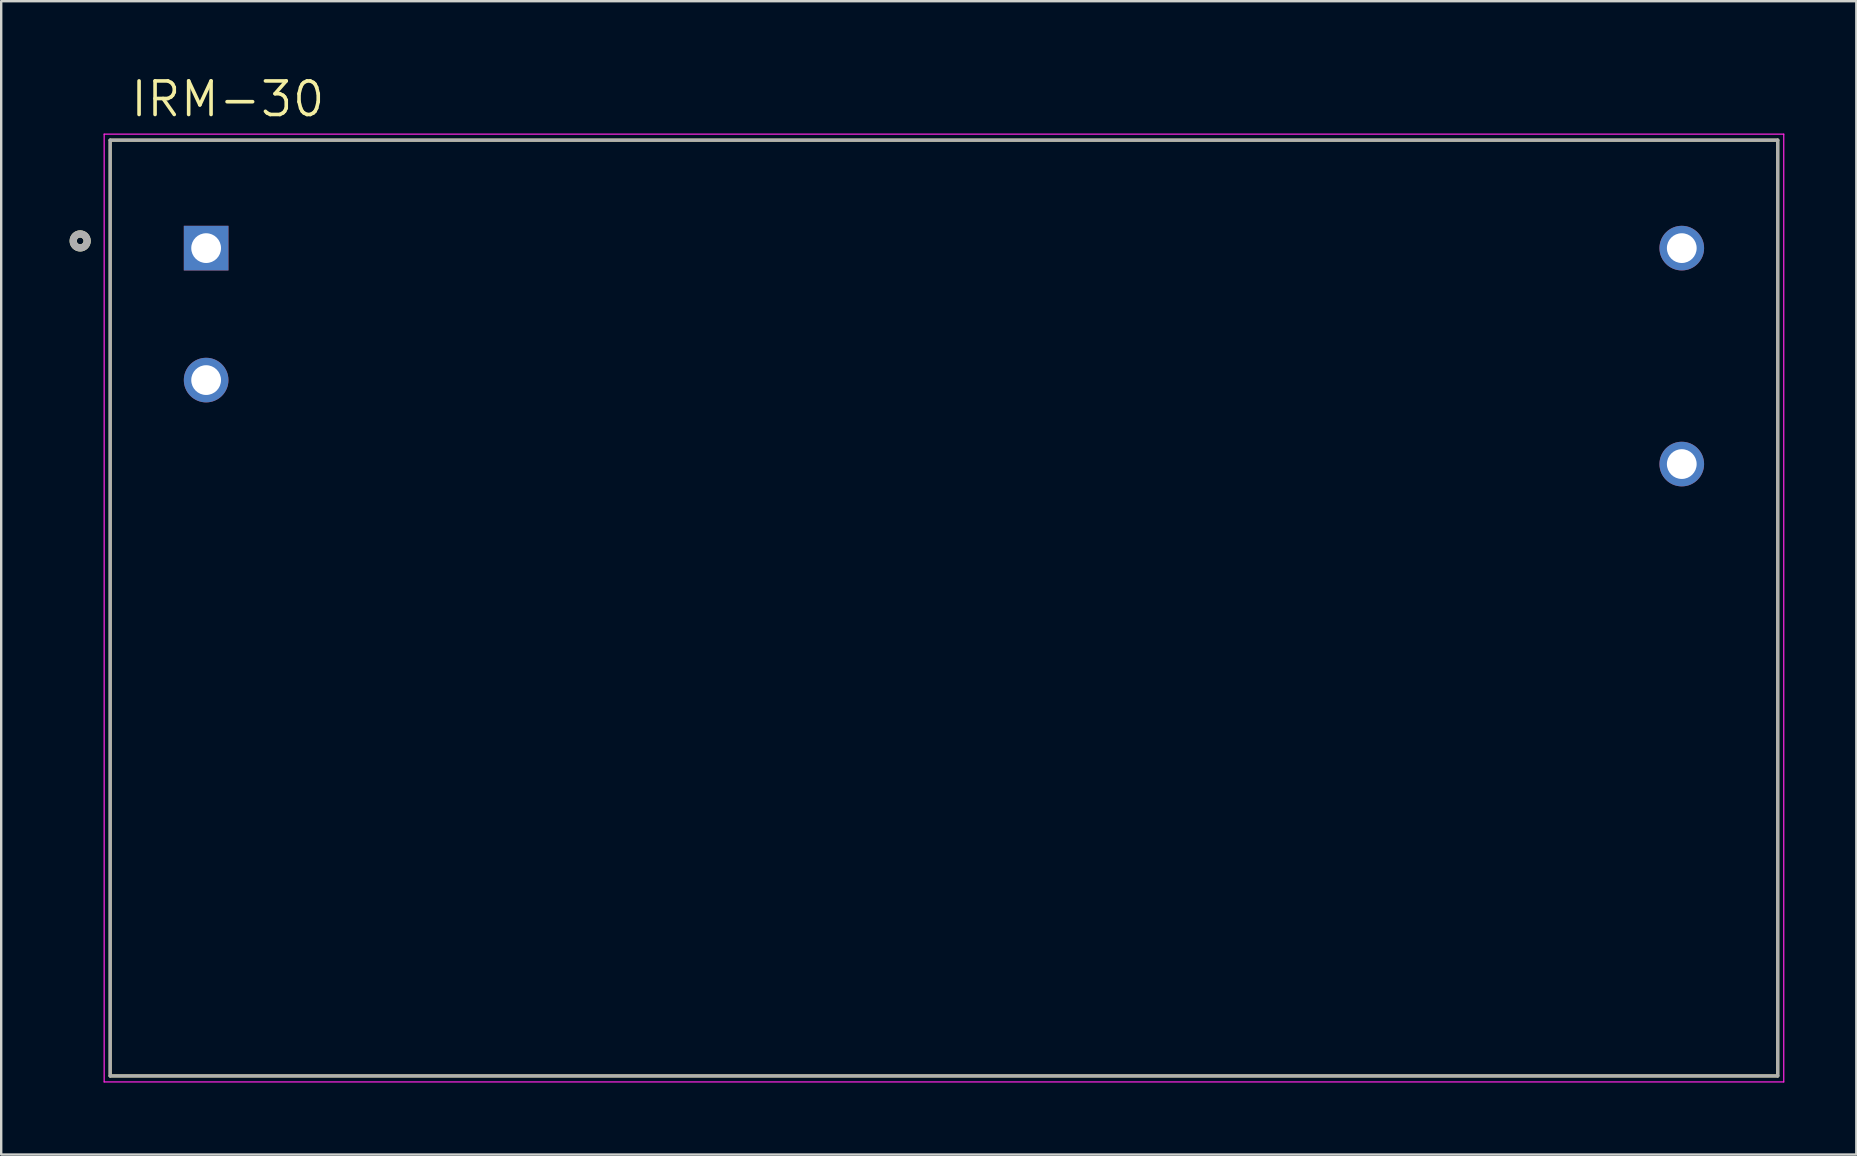
<source format=kicad_pcb>
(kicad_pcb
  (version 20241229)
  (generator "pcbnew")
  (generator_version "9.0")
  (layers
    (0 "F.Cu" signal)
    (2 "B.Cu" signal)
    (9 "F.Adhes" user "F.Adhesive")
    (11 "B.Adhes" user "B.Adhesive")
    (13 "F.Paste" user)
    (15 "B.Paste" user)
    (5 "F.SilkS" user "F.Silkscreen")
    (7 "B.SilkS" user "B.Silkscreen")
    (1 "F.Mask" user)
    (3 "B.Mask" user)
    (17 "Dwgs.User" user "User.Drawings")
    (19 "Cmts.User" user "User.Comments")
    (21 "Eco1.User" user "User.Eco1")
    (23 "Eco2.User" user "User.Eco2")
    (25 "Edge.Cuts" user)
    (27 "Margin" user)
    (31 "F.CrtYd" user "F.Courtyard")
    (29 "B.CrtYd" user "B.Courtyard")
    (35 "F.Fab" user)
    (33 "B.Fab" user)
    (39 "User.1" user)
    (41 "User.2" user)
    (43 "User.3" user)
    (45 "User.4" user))
  (footprint "IRM-30"
    (layer "F.Cu")
    (at 36.291 22.291)
    (property "Reference" "IRM-30" (at -29.845 -21.209 0) (layer "F.SilkS") (effects (font (size 1.4 1.4) (thickness 0.15))))
    (attr through_hole)
    (fp_line (start -34.75 -19.5) (end 34.75 -19.5) (stroke (width 0.127) (type solid)) (layer "F.SilkS"))
    (fp_line (start -34.75 19.5) (end -34.75 -19.5) (stroke (width 0.127) (type solid)) (layer "F.SilkS"))
    (fp_line (start 34.75 -19.5) (end 34.75 19.5) (stroke (width 0.127) (type solid)) (layer "F.SilkS"))
    (fp_line (start 34.75 19.5) (end -34.75 19.5) (stroke (width 0.127) (type solid)) (layer "F.SilkS"))
    (fp_circle (center -36 -15.3) (end -35.859 -15.3) (stroke (width 0.3) (type solid)) (fill no) (layer "F.SilkS"))
    (fp_line (start -35 -19.75) (end 35 -19.75) (stroke (width 0.05) (type solid)) (layer "F.CrtYd"))
    (fp_line (start -35 19.75) (end -35 -19.75) (stroke (width 0.05) (type solid)) (layer "F.CrtYd"))
    (fp_line (start 35 -19.75) (end 35 19.75) (stroke (width 0.05) (type solid)) (layer "F.CrtYd"))
    (fp_line (start 35 19.75) (end -35 19.75) (stroke (width 0.05) (type solid)) (layer "F.CrtYd"))
    (fp_line (start -34.75 -19.5) (end 34.75 -19.5) (stroke (width 0.127) (type solid)) (layer "F.Fab"))
    (fp_line (start -34.75 19.5) (end -34.75 -19.5) (stroke (width 0.127) (type solid)) (layer "F.Fab"))
    (fp_line (start 34.75 -19.5) (end 34.75 19.5) (stroke (width 0.127) (type solid)) (layer "F.Fab"))
    (fp_line (start 34.75 19.5) (end -34.75 19.5) (stroke (width 0.127) (type solid)) (layer "F.Fab"))
    (fp_circle (center -36 -15.3) (end -35.859 -15.3) (stroke (width 0.3) (type solid)) (fill no) (layer "F.Fab"))
    (pad "1" thru_hole rect (at -30.75 -15) (size 1.86 1.86) (drill 1.24) (layers "*.Cu" "*.Mask"))
    (pad "2" thru_hole circle (at -30.75 -9.5) (size 1.86 1.86) (drill 1.24) (layers "*.Cu" "*.Mask"))
    (pad "3" thru_hole circle (at 30.75 -6) (size 1.86 1.86) (drill 1.24) (layers "*.Cu" "*.Mask"))
    (pad "4" thru_hole circle (at 30.75 -15) (size 1.86 1.86) (drill 1.24) (layers "*.Cu" "*.Mask")))
  (gr_rect
    (start -3 -3)
    (end 74.316 45.066)
    (stroke (width 0.1) (type default))
    (fill no)
    (layer "Edge.Cuts")))
</source>
